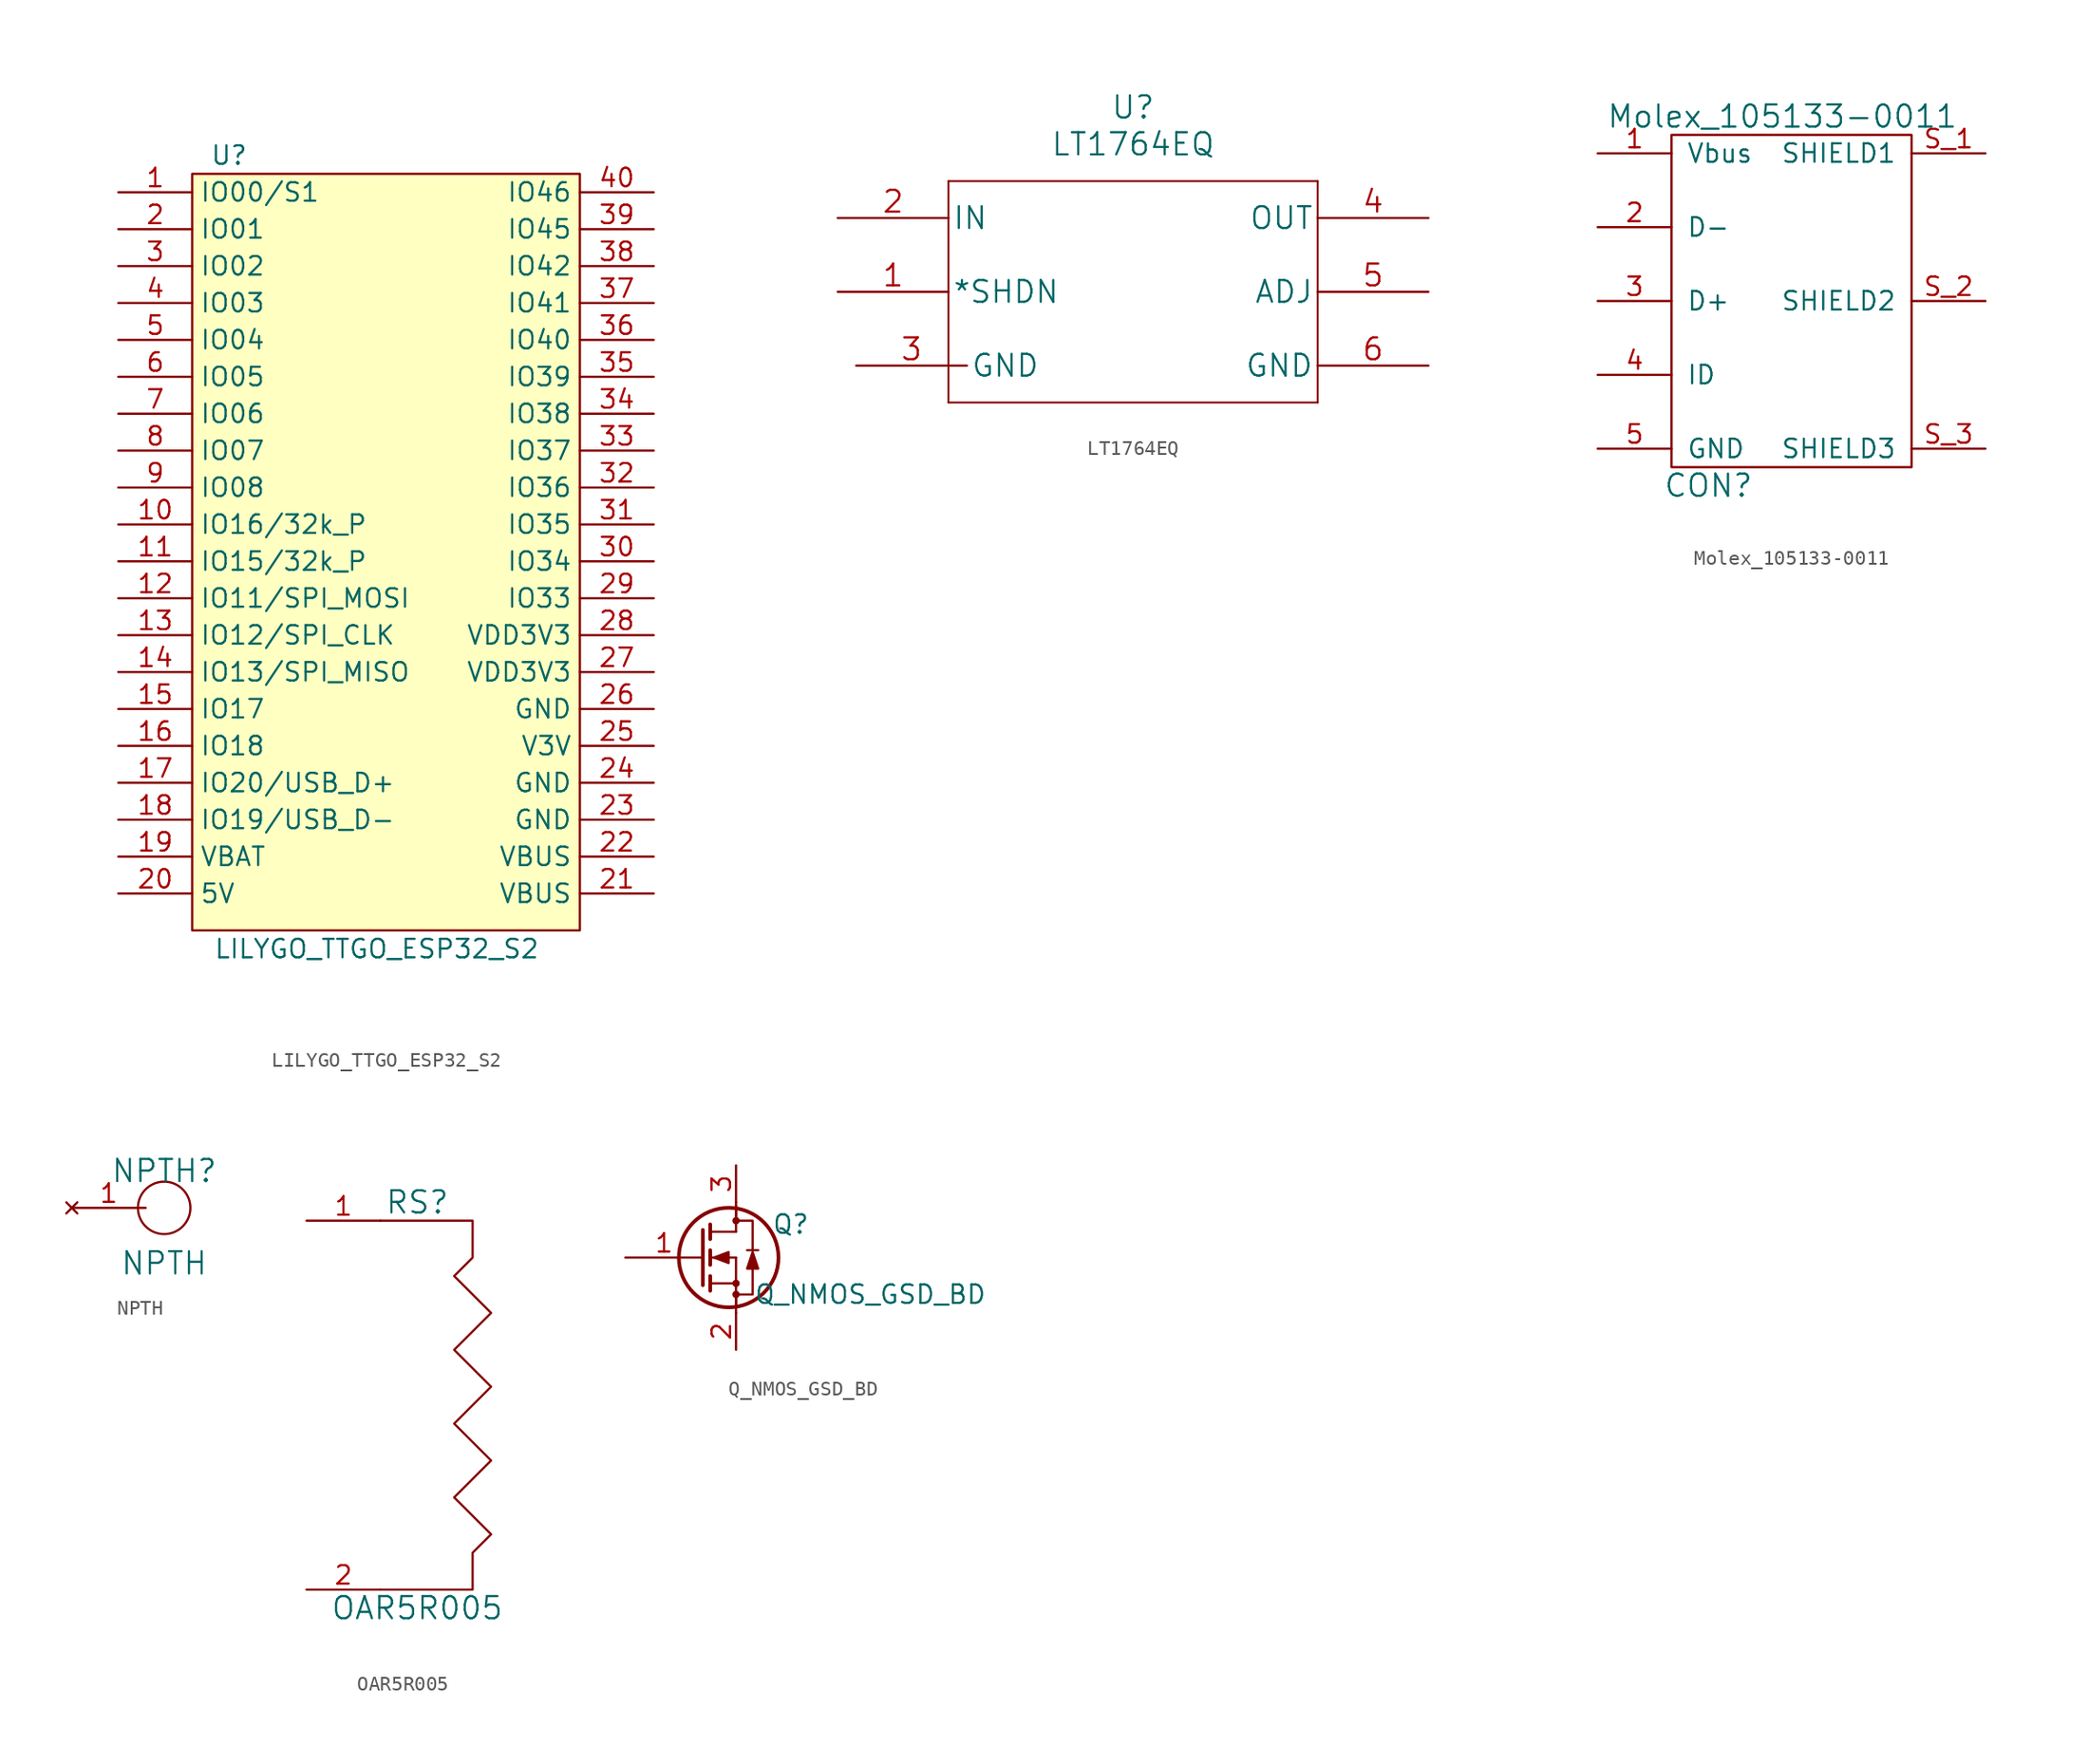
<source format=kicad_sym>
(kicad_symbol_lib
  (version 20211014)
  (generator kicad_symbol_editor)
  (symbol "LILYGO_TTGO_ESP32_S2"
    (property "Reference" "U"
      (at -12.7 27.94 0)
      (effects (font (size 1.27 1.27))))
    (property "Value" "LILYGO_TTGO_ESP32_S2"
      (at -2.54 -26.67 0)
      (effects (font (size 1.27 1.27))))
    (symbol "LILYGO_TTGO_ESP32_S2_0_1"
      (rectangle (start -15.24 26.67) (end 11.43 -25.4) (stroke (width 0.152) (type default) (color 0 0 0 0)) (fill (type background))))
    (symbol "LILYGO_TTGO_ESP32_S2_1_1"
      (pin bidirectional line (at -20.32 25.4 0) (length 5.08) (name "IO00/S1" (effects (font (size 1.27 1.27)))) (number "1" (effects (font (size 1.27 1.27)))))
      (pin bidirectional line (at -20.32 2.54 0) (length 5.08) (name "IO16/32k_P" (effects (font (size 1.27 1.27)))) (number "10" (effects (font (size 1.27 1.27)))))
      (pin bidirectional line (at -20.32 0 0) (length 5.08) (name "IO15/32k_P" (effects (font (size 1.27 1.27)))) (number "11" (effects (font (size 1.27 1.27)))))
      (pin bidirectional line (at -20.32 -2.54 0) (length 5.08) (name "IO11/SPI_MOSI" (effects (font (size 1.27 1.27)))) (number "12" (effects (font (size 1.27 1.27)))))
      (pin bidirectional line (at -20.32 -5.08 0) (length 5.08) (name "IO12/SPI_CLK" (effects (font (size 1.27 1.27)))) (number "13" (effects (font (size 1.27 1.27)))))
      (pin bidirectional line (at -20.32 -7.62 0) (length 5.08) (name "IO13/SPI_MISO" (effects (font (size 1.27 1.27)))) (number "14" (effects (font (size 1.27 1.27)))))
      (pin bidirectional line (at -20.32 -10.16 0) (length 5.08) (name "IO17" (effects (font (size 1.27 1.27)))) (number "15" (effects (font (size 1.27 1.27)))))
      (pin bidirectional line (at -20.32 -12.7 0) (length 5.08) (name "IO18" (effects (font (size 1.27 1.27)))) (number "16" (effects (font (size 1.27 1.27)))))
      (pin bidirectional line (at -20.32 -15.24 0) (length 5.08) (name "IO20/USB_D+" (effects (font (size 1.27 1.27)))) (number "17" (effects (font (size 1.27 1.27)))))
      (pin bidirectional line (at -20.32 -17.78 0) (length 5.08) (name "IO19/USB_D-" (effects (font (size 1.27 1.27)))) (number "18" (effects (font (size 1.27 1.27)))))
      (pin power_out line (at -20.32 -20.32 0) (length 5.08) (name "VBAT" (effects (font (size 1.27 1.27)))) (number "19" (effects (font (size 1.27 1.27)))))
      (pin bidirectional line (at -20.32 22.86 0) (length 5.08) (name "IO01" (effects (font (size 1.27 1.27)))) (number "2" (effects (font (size 1.27 1.27)))))
      (pin power_in line (at -20.32 -22.86 0) (length 5.08) (name "5V" (effects (font (size 1.27 1.27)))) (number "20" (effects (font (size 1.27 1.27)))))
      (pin power_out line (at 16.51 -22.86 180) (length 5.08) (name "VBUS" (effects (font (size 1.27 1.27)))) (number "21" (effects (font (size 1.27 1.27)))))
      (pin power_out line (at 16.51 -20.32 180) (length 5.08) (name "VBUS" (effects (font (size 1.27 1.27)))) (number "22" (effects (font (size 1.27 1.27)))))
      (pin power_in line (at 16.51 -17.78 180) (length 5.08) (name "GND" (effects (font (size 1.27 1.27)))) (number "23" (effects (font (size 1.27 1.27)))))
      (pin power_in line (at 16.51 -15.24 180) (length 5.08) (name "GND" (effects (font (size 1.27 1.27)))) (number "24" (effects (font (size 1.27 1.27)))))
      (pin power_out line (at 16.51 -12.7 180) (length 5.08) (name "V3V" (effects (font (size 1.27 1.27)))) (number "25" (effects (font (size 1.27 1.27)))))
      (pin power_in line (at 16.51 -10.16 180) (length 5.08) (name "GND" (effects (font (size 1.27 1.27)))) (number "26" (effects (font (size 1.27 1.27)))))
      (pin power_out line (at 16.51 -7.62 180) (length 5.08) (name "VDD3V3" (effects (font (size 1.27 1.27)))) (number "27" (effects (font (size 1.27 1.27)))))
      (pin passive line (at 16.51 -5.08 180) (length 5.08) (name "VDD3V3" (effects (font (size 1.27 1.27)))) (number "28" (effects (font (size 1.27 1.27)))))
      (pin bidirectional line (at 16.51 -2.54 180) (length 5.08) (name "IO33" (effects (font (size 1.27 1.27)))) (number "29" (effects (font (size 1.27 1.27)))))
      (pin bidirectional line (at -20.32 20.32 0) (length 5.08) (name "IO02" (effects (font (size 1.27 1.27)))) (number "3" (effects (font (size 1.27 1.27)))))
      (pin bidirectional line (at 16.51 0 180) (length 5.08) (name "IO34" (effects (font (size 1.27 1.27)))) (number "30" (effects (font (size 1.27 1.27)))))
      (pin bidirectional line (at 16.51 2.54 180) (length 5.08) (name "IO35" (effects (font (size 1.27 1.27)))) (number "31" (effects (font (size 1.27 1.27)))))
      (pin bidirectional line (at 16.51 5.08 180) (length 5.08) (name "IO36" (effects (font (size 1.27 1.27)))) (number "32" (effects (font (size 1.27 1.27)))))
      (pin bidirectional line (at 16.51 7.62 180) (length 5.08) (name "IO37" (effects (font (size 1.27 1.27)))) (number "33" (effects (font (size 1.27 1.27)))))
      (pin bidirectional line (at 16.51 10.16 180) (length 5.08) (name "IO38" (effects (font (size 1.27 1.27)))) (number "34" (effects (font (size 1.27 1.27)))))
      (pin bidirectional line (at 16.51 12.7 180) (length 5.08) (name "IO39" (effects (font (size 1.27 1.27)))) (number "35" (effects (font (size 1.27 1.27)))))
      (pin bidirectional line (at 16.51 15.24 180) (length 5.08) (name "IO40" (effects (font (size 1.27 1.27)))) (number "36" (effects (font (size 1.27 1.27)))))
      (pin bidirectional line (at 16.51 17.78 180) (length 5.08) (name "IO41" (effects (font (size 1.27 1.27)))) (number "37" (effects (font (size 1.27 1.27)))))
      (pin bidirectional line (at 16.51 20.32 180) (length 5.08) (name "IO42" (effects (font (size 1.27 1.27)))) (number "38" (effects (font (size 1.27 1.27)))))
      (pin bidirectional line (at 16.51 22.86 180) (length 5.08) (name "IO45" (effects (font (size 1.27 1.27)))) (number "39" (effects (font (size 1.27 1.27)))))
      (pin bidirectional line (at -20.32 17.78 0) (length 5.08) (name "IO03" (effects (font (size 1.27 1.27)))) (number "4" (effects (font (size 1.27 1.27)))))
      (pin bidirectional line (at 16.51 25.4 180) (length 5.08) (name "IO46" (effects (font (size 1.27 1.27)))) (number "40" (effects (font (size 1.27 1.27)))))
      (pin bidirectional line (at -20.32 15.24 0) (length 5.08) (name "IO04" (effects (font (size 1.27 1.27)))) (number "5" (effects (font (size 1.27 1.27)))))
      (pin bidirectional line (at -20.32 12.7 0) (length 5.08) (name "IO05" (effects (font (size 1.27 1.27)))) (number "6" (effects (font (size 1.27 1.27)))))
      (pin bidirectional line (at -20.32 10.16 0) (length 5.08) (name "IO06" (effects (font (size 1.27 1.27)))) (number "7" (effects (font (size 1.27 1.27)))))
      (pin bidirectional line (at -20.32 7.62 0) (length 5.08) (name "IO07" (effects (font (size 1.27 1.27)))) (number "8" (effects (font (size 1.27 1.27)))))
      (pin bidirectional line (at -20.32 5.08 0) (length 5.08) (name "IO08" (effects (font (size 1.27 1.27)))) (number "9" (effects (font (size 1.27 1.27)))))))
  (symbol "LT1764EQ"
    (pin_names
      (offset 0.254))
    (property "Reference" "U"
      (at 20.32 10.16 0)
      (effects (font (size 1.524 1.524))))
    (property "Value" "LT1764EQ"
      (at 20.32 7.62 0)
      (effects (font (size 1.524 1.524))))
    (property "Datasheet" ""
      (at 0 0 0)
      (effects (font (size 1.524 1.524))))
    (property "ki_locked" ""
      (at 0 0 0)
      (effects (font (size 1.27 1.27))))
    (symbol "LT1764EQ_1_1"
      (polyline (pts (xy 7.62 -10.16) (xy 33.02 -10.16)) (stroke (width 0.127) (type default) (color 0 0 0 0)) (fill (type none)))
      (polyline (pts (xy 7.62 5.08) (xy 7.62 -10.16)) (stroke (width 0.127) (type default) (color 0 0 0 0)) (fill (type none)))
      (polyline (pts (xy 33.02 -10.16) (xy 33.02 5.08)) (stroke (width 0.127) (type default) (color 0 0 0 0)) (fill (type none)))
      (polyline (pts (xy 33.02 5.08) (xy 7.62 5.08)) (stroke (width 0.127) (type default) (color 0 0 0 0)) (fill (type none)))
      (pin input line (at 0 -2.54 0) (length 7.62) (name "*SHDN" (effects (font (size 1.499 1.499)))) (number "1" (effects (font (size 1.499 1.499)))))
      (pin input line (at 0 2.54 0) (length 7.62) (name "IN" (effects (font (size 1.499 1.499)))) (number "2" (effects (font (size 1.499 1.499)))))
      (pin power_in line (at 1.27 -7.62 0) (length 7.62) (name "GND" (effects (font (size 1.499 1.499)))) (number "3" (effects (font (size 1.499 1.499)))))
      (pin power_out line (at 40.64 2.54 180) (length 7.62) (name "OUT" (effects (font (size 1.499 1.499)))) (number "4" (effects (font (size 1.499 1.499)))))
      (pin input line (at 40.64 -2.54 180) (length 7.62) (name "ADJ" (effects (font (size 1.499 1.499)))) (number "5" (effects (font (size 1.499 1.499)))))
      (pin power_in line (at 40.64 -7.62 180) (length 7.62) (name "GND" (effects (font (size 1.499 1.499)))) (number "6" (effects (font (size 1.499 1.499)))))))
  (symbol "Molex_105133-0011"
    (pin_names
      (offset 1.016))
    (property "Reference" "CON"
      (at -5.08 -12.7 0)
      (effects (font (size 1.524 1.524))))
    (property "Value" "Molex_105133-0011"
      (at 0 12.7 0)
      (effects (font (size 1.524 1.524))))
    (symbol "Molex_105133-0011_0_1"
      (rectangle (start -7.62 11.43) (end 8.89 -11.43) (stroke (width 0) (type default) (color 0 0 0 0)) (fill (type none))))
    (symbol "Molex_105133-0011_1_1"
      (pin power_out line (at -12.7 10.16 0) (length 5.08) (name "Vbus" (effects (font (size 1.27 1.27)))) (number "1" (effects (font (size 1.27 1.27)))))
      (pin passive line (at -12.7 5.08 0) (length 5.08) (name "D-" (effects (font (size 1.27 1.27)))) (number "2" (effects (font (size 1.27 1.27)))))
      (pin passive line (at -12.7 0 0) (length 5.08) (name "D+" (effects (font (size 1.27 1.27)))) (number "3" (effects (font (size 1.27 1.27)))))
      (pin passive line (at -12.7 -5.08 0) (length 5.08) (name "ID" (effects (font (size 1.27 1.27)))) (number "4" (effects (font (size 1.27 1.27)))))
      (pin passive line (at -12.7 -10.16 0) (length 5.08) (name "GND" (effects (font (size 1.27 1.27)))) (number "5" (effects (font (size 1.27 1.27)))))
      (pin passive line (at 13.97 10.16 180) (length 5.08) (name "SHIELD1" (effects (font (size 1.27 1.27)))) (number "S_1" (effects (font (size 1.27 1.27)))))
      (pin passive line (at 13.97 0 180) (length 5.08) (name "SHIELD2" (effects (font (size 1.27 1.27)))) (number "S_2" (effects (font (size 1.27 1.27)))))
      (pin passive line (at 13.97 -10.16 180) (length 5.08) (name "SHIELD3" (effects (font (size 1.27 1.27)))) (number "S_3" (effects (font (size 1.27 1.27)))))))
  (symbol "NPTH"
    (pin_names
      (offset 1.016))
    (property "Reference" "NPTH"
      (at 0 5.08 0)
      (effects (font (size 1.524 1.524))))
    (property "Value" "NPTH"
      (at 0 -1.27 0)
      (effects (font (size 1.524 1.524))))
    (symbol "NPTH_0_1"
      (circle (center 0 2.54) (radius 1.803) (stroke (width 0) (type default) (color 0 0 0 0)) (fill (type none))))
    (symbol "NPTH_1_1"
      (pin no_connect line (at -6.35 2.54 0) (length 5.08) (name "~" (effects (font (size 1.27 1.27)))) (number "1" (effects (font (size 1.27 1.27)))))))
  (symbol "OAR5R005"
    (pin_names
      (offset 1.016))
    (property "Reference" "RS"
      (at -1.27 13.97 0)
      (effects (font (size 1.524 1.524))))
    (property "Value" "OAR5R005"
      (at -1.27 -13.97 0)
      (effects (font (size 1.524 1.524))))
    (symbol "OAR5R005_0_1"
      (polyline (pts (xy -3.81 12.7) (xy 2.54 12.7) (xy 2.54 10.16) (xy 1.27 8.89) (xy 3.81 6.35) (xy 1.27 3.81) (xy 3.81 1.27) (xy 1.27 -1.27) (xy 3.81 -3.81) (xy 1.27 -6.35) (xy 3.81 -8.89) (xy 2.54 -10.16) (xy 2.54 -12.7) (xy -3.81 -12.7)) (stroke (width 0) (type default) (color 0 0 0 0)) (fill (type none))))
    (symbol "OAR5R005_1_1"
      (pin passive line (at -8.89 12.7 0) (length 5.08) (name "~" (effects (font (size 1.27 1.27)))) (number "1" (effects (font (size 1.27 1.27)))))
      (pin passive line (at -8.89 -12.7 0) (length 5.08) (name "~" (effects (font (size 1.27 1.27)))) (number "2" (effects (font (size 1.27 1.27)))))))
  (symbol "Q_NMOS_GSD_BD"
    (pin_names
      (offset 0) hide)
    (property "Reference" "Q"
      (at 7.62 2.286 0)
      (effects (font (size 1.27 1.27)) (justify right)))
    (property "Value" "Q_NMOS_GSD_BD"
      (at 19.812 -2.54 0)
      (effects (font (size 1.27 1.27)) (justify right)))
    (property "Footprint" ""
      (at 5.08 2.54 0)
      (effects (font (size 1.27 1.27))))
    (property "Datasheet" ""
      (at 0 0 0)
      (effects (font (size 1.27 1.27))))
    (symbol "Q_NMOS_GSD_BD_0_1"
      (polyline (pts (xy 0.762 -1.778) (xy 2.54 -1.778)) (stroke (width 0) (type default) (color 0 0 0 0)) (fill (type none)))
      (polyline (pts (xy 0.762 -1.27) (xy 0.762 -2.286)) (stroke (width 0.254) (type default) (color 0 0 0 0)) (fill (type none)))
      (polyline (pts (xy 0.762 0) (xy 2.54 0)) (stroke (width 0) (type default) (color 0 0 0 0)) (fill (type none)))
      (polyline (pts (xy 0.762 0.508) (xy 0.762 -0.508)) (stroke (width 0.254) (type default) (color 0 0 0 0)) (fill (type none)))
      (polyline (pts (xy 0.762 1.778) (xy 2.54 1.778)) (stroke (width 0) (type default) (color 0 0 0 0)) (fill (type none)))
      (polyline (pts (xy 0.762 2.286) (xy 0.762 1.27)) (stroke (width 0.254) (type default) (color 0 0 0 0)) (fill (type none)))
      (polyline (pts (xy 2.54 -3.81) (xy 2.54 -2.54)) (stroke (width 0) (type default) (color 0 0 0 0)) (fill (type none)))
      (polyline (pts (xy 2.54 -2.54) (xy 2.54 -3.429)) (stroke (width 0) (type default) (color 0 0 0 0)) (fill (type none)))
      (polyline (pts (xy 2.54 -1.778) (xy 2.54 -2.54)) (stroke (width 0) (type default) (color 0 0 0 0)) (fill (type none)))
      (polyline (pts (xy 2.54 -1.778) (xy 2.54 0)) (stroke (width 0) (type default) (color 0 0 0 0)) (fill (type none)))
      (polyline (pts (xy 2.54 2.54) (xy 2.54 1.778)) (stroke (width 0) (type default) (color 0 0 0 0)) (fill (type none)))
      (polyline (pts (xy 2.54 3.81) (xy 2.54 2.54)) (stroke (width 0) (type default) (color 0 0 0 0)) (fill (type none)))
      (polyline (pts (xy 3.302 0.508) (xy 4.064 0.508)) (stroke (width 0) (type default) (color 0 0 0 0)) (fill (type none)))
      (polyline (pts (xy 0.254 1.905) (xy 0.254 -1.905) (xy 0.254 -1.905)) (stroke (width 0.254) (type default) (color 0 0 0 0)) (fill (type none)))
      (polyline (pts (xy 2.54 -2.54) (xy 3.683 -2.54) (xy 3.683 -0.762)) (stroke (width 0) (type default) (color 0 0 0 0)) (fill (type none)))
      (polyline (pts (xy 1.016 0) (xy 2.032 0.381) (xy 2.032 -0.381) (xy 1.016 0)) (stroke (width 0) (type default) (color 0 0 0 0)) (fill (type outline)))
      (polyline (pts (xy 3.302 -0.762) (xy 4.064 -0.762) (xy 3.683 0.381) (xy 3.302 -0.762)) (stroke (width 0) (type default) (color 0 0 0 0)) (fill (type outline)))
      (polyline (pts (xy 3.683 0.508) (xy 3.683 2.54) (xy 2.54 2.54) (xy 2.54 3.556)) (stroke (width 0) (type default) (color 0 0 0 0)) (fill (type none)))
      (circle (center 2.032 0) (radius 3.429) (stroke (width 0.254) (type default) (color 0 0 0 0)) (fill (type none)))
      (circle (center 2.54 -2.54) (radius 0.178) (stroke (width 0) (type default) (color 0 0 0 0)) (fill (type outline)))
      (circle (center 2.54 -1.778) (radius 0.178) (stroke (width 0) (type default) (color 0 0 0 0)) (fill (type outline)))
      (circle (center 2.54 2.54) (radius 0.178) (stroke (width 0) (type default) (color 0 0 0 0)) (fill (type outline))))
    (symbol "Q_NMOS_GSD_BD_1_1"
      (pin input line (at -5.08 0 0) (length 5.334) (name "G" (effects (font (size 1.27 1.27)))) (number "1" (effects (font (size 1.27 1.27)))))
      (pin passive line (at 2.54 -6.35 90) (length 2.54) (name "S" (effects (font (size 1.27 1.27)))) (number "2" (effects (font (size 1.27 1.27)))))
      (pin passive line (at 2.54 6.35 270) (length 2.54) (name "D" (effects (font (size 1.27 1.27)))) (number "3" (effects (font (size 1.27 1.27))))))))
</source>
